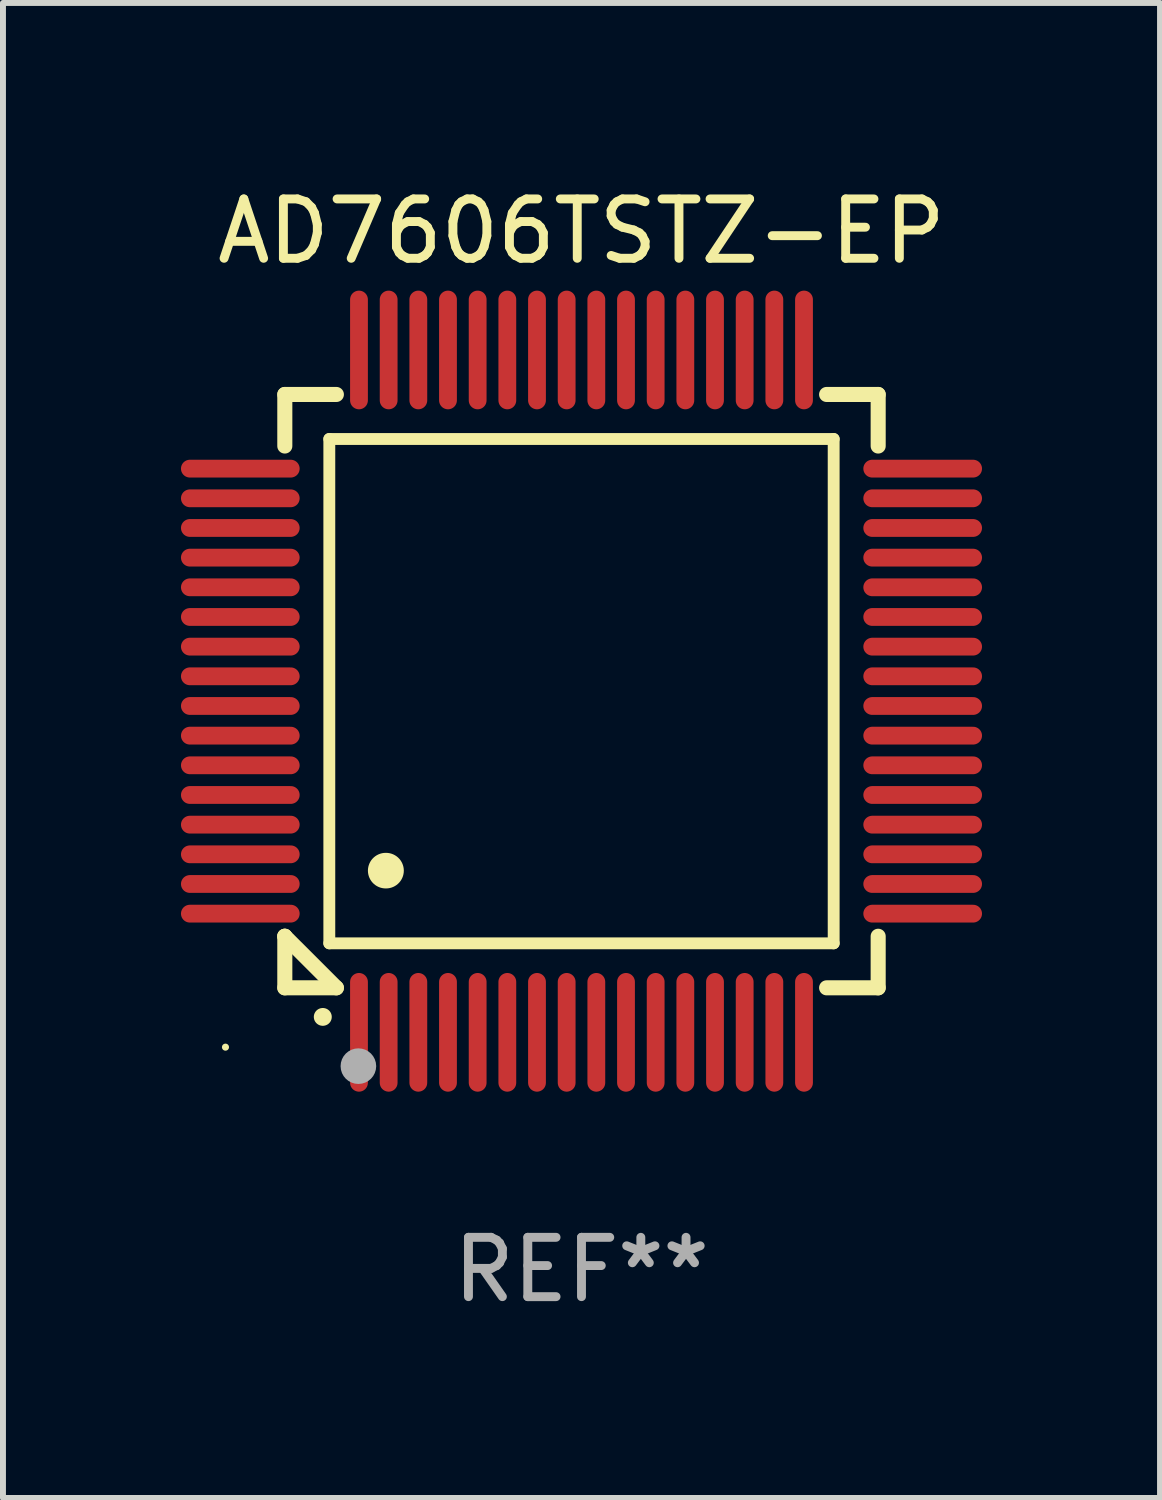
<source format=kicad_pcb>
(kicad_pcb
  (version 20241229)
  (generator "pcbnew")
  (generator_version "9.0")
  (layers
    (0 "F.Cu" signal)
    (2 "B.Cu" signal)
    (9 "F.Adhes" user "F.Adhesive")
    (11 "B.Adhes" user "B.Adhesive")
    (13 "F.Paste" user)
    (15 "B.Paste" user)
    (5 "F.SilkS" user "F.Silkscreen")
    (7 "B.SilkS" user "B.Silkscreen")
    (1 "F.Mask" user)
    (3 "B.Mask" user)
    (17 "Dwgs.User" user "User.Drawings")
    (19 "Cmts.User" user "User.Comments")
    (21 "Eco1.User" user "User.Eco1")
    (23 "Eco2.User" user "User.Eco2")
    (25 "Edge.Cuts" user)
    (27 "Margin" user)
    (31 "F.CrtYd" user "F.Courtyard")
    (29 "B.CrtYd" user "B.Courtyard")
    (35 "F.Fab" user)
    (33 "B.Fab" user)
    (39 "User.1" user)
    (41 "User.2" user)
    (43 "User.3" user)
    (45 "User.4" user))
  (footprint "AD7606TSTZ-EP"
    (layer "F.Cu")
    (at 6.75 8.598)
    (property "Reference" "AD7606TSTZ-EP" (at 0 -7.75 0) (layer "F.SilkS") (effects (font (size 1 1) (thickness 0.15))))
    (attr through_hole)
    (fp_line (start -5 -5) (end -4.131 -5) (stroke (width 0.254) (type solid)) (layer "F.SilkS"))
    (fp_line (start -5 -4.131) (end -5 -5) (stroke (width 0.254) (type solid)) (layer "F.SilkS"))
    (fp_line (start -5 4.131) (end -5 4.131) (stroke (width 0.254) (type solid)) (layer "F.SilkS"))
    (fp_line (start -5 5) (end -5 4.131) (stroke (width 0.254) (type solid)) (layer "F.SilkS"))
    (fp_line (start -5 4.131) (end -4.131 5) (stroke (width 0.254) (type solid)) (layer "F.SilkS"))
    (fp_line (start -4.25 -4.25) (end -4.25 4.25) (stroke (width 0.2) (type solid)) (layer "F.SilkS"))
    (fp_line (start -4.25 4.25) (end 4.25 4.25) (stroke (width 0.2) (type solid)) (layer "F.SilkS"))
    (fp_line (start -4.131 5) (end -5 5) (stroke (width 0.254) (type solid)) (layer "F.SilkS"))
    (fp_line (start 4.25 -4.25) (end -4.25 -4.25) (stroke (width 0.2) (type solid)) (layer "F.SilkS"))
    (fp_line (start 4.25 4.25) (end 4.25 -4.25) (stroke (width 0.2) (type solid)) (layer "F.SilkS"))
    (fp_line (start 5 -5) (end 4.131 -5) (stroke (width 0.254) (type solid)) (layer "F.SilkS"))
    (fp_line (start 5 -5) (end 5 -4.131) (stroke (width 0.254) (type solid)) (layer "F.SilkS"))
    (fp_line (start 5 4.131) (end 5 5) (stroke (width 0.254) (type solid)) (layer "F.SilkS"))
    (fp_line (start 5 5) (end 4.131 5) (stroke (width 0.254) (type solid)) (layer "F.SilkS"))
    (fp_arc (start -4.361265 5.489992) (mid -4.359995 5.489987) (end -4.358725 5.489992) (stroke (width 0.3) (type solid)) (layer "F.SilkS"))
    (fp_arc (start -3.299467 3.025146) (mid -3.296927 3.025135) (end -3.294387 3.025146) (stroke (width 0.6) (type solid)) (layer "F.SilkS"))
    (fp_circle (center -6 6) (end -5.97 6) (stroke (width 0.06) (type solid)) (fill no) (layer "F.SilkS"))
    (fp_circle (center -3.76 6.32) (end -3.61 6.32) (stroke (width 0.3) (type solid)) (fill no) (layer "F.Fab"))
    (fp_text user "REF**" (at 0 9.75 0) (layer "F.Fab") (effects (font (size 1 1) (thickness 0.15))))
    (pad "1" smd oval (at -3.75 5.75) (size 0.3 2) (layers "F.Cu" "F.Mask" "F.Paste"))
    (pad "2" smd oval (at -3.25 5.75) (size 0.3 2) (layers "F.Cu" "F.Mask" "F.Paste"))
    (pad "3" smd oval (at -2.75 5.75) (size 0.3 2) (layers "F.Cu" "F.Mask" "F.Paste"))
    (pad "4" smd oval (at -2.25 5.75) (size 0.3 2) (layers "F.Cu" "F.Mask" "F.Paste"))
    (pad "5" smd oval (at -1.75 5.75) (size 0.3 2) (layers "F.Cu" "F.Mask" "F.Paste"))
    (pad "6" smd oval (at -1.25 5.75) (size 0.3 2) (layers "F.Cu" "F.Mask" "F.Paste"))
    (pad "7" smd oval (at -0.75 5.75) (size 0.3 2) (layers "F.Cu" "F.Mask" "F.Paste"))
    (pad "8" smd oval (at -0.25 5.75) (size 0.3 2) (layers "F.Cu" "F.Mask" "F.Paste"))
    (pad "9" smd oval (at 0.25 5.75) (size 0.3 2) (layers "F.Cu" "F.Mask" "F.Paste"))
    (pad "10" smd oval (at 0.75 5.75) (size 0.3 2) (layers "F.Cu" "F.Mask" "F.Paste"))
    (pad "11" smd oval (at 1.25 5.75) (size 0.3 2) (layers "F.Cu" "F.Mask" "F.Paste"))
    (pad "12" smd oval (at 1.75 5.75) (size 0.3 2) (layers "F.Cu" "F.Mask" "F.Paste"))
    (pad "13" smd oval (at 2.25 5.75) (size 0.3 2) (layers "F.Cu" "F.Mask" "F.Paste"))
    (pad "14" smd oval (at 2.75 5.75) (size 0.3 2) (layers "F.Cu" "F.Mask" "F.Paste"))
    (pad "15" smd oval (at 3.25 5.75) (size 0.3 2) (layers "F.Cu" "F.Mask" "F.Paste"))
    (pad "16" smd oval (at 3.75 5.75) (size 0.3 2) (layers "F.Cu" "F.Mask" "F.Paste"))
    (pad "17" smd oval (at 5.75 3.75) (size 2 0.3) (layers "F.Cu" "F.Mask" "F.Paste"))
    (pad "18" smd oval (at 5.75 3.25) (size 2 0.3) (layers "F.Cu" "F.Mask" "F.Paste"))
    (pad "19" smd oval (at 5.75 2.75) (size 2 0.3) (layers "F.Cu" "F.Mask" "F.Paste"))
    (pad "20" smd oval (at 5.75 2.25) (size 2 0.3) (layers "F.Cu" "F.Mask" "F.Paste"))
    (pad "21" smd oval (at 5.75 1.75) (size 2 0.3) (layers "F.Cu" "F.Mask" "F.Paste"))
    (pad "22" smd oval (at 5.75 1.25) (size 2 0.3) (layers "F.Cu" "F.Mask" "F.Paste"))
    (pad "23" smd oval (at 5.75 0.75) (size 2 0.3) (layers "F.Cu" "F.Mask" "F.Paste"))
    (pad "24" smd oval (at 5.75 0.25) (size 2 0.3) (layers "F.Cu" "F.Mask" "F.Paste"))
    (pad "25" smd oval (at 5.75 -0.25) (size 2 0.3) (layers "F.Cu" "F.Mask" "F.Paste"))
    (pad "26" smd oval (at 5.75 -0.75) (size 2 0.3) (layers "F.Cu" "F.Mask" "F.Paste"))
    (pad "27" smd oval (at 5.75 -1.25) (size 2 0.3) (layers "F.Cu" "F.Mask" "F.Paste"))
    (pad "28" smd oval (at 5.75 -1.75) (size 2 0.3) (layers "F.Cu" "F.Mask" "F.Paste"))
    (pad "29" smd oval (at 5.75 -2.25) (size 2 0.3) (layers "F.Cu" "F.Mask" "F.Paste"))
    (pad "30" smd oval (at 5.75 -2.75) (size 2 0.3) (layers "F.Cu" "F.Mask" "F.Paste"))
    (pad "31" smd oval (at 5.75 -3.25) (size 2 0.3) (layers "F.Cu" "F.Mask" "F.Paste"))
    (pad "32" smd oval (at 5.75 -3.75) (size 2 0.3) (layers "F.Cu" "F.Mask" "F.Paste"))
    (pad "33" smd oval (at 3.75 -5.75) (size 0.3 2) (layers "F.Cu" "F.Mask" "F.Paste"))
    (pad "34" smd oval (at 3.25 -5.75) (size 0.3 2) (layers "F.Cu" "F.Mask" "F.Paste"))
    (pad "35" smd oval (at 2.75 -5.75) (size 0.3 2) (layers "F.Cu" "F.Mask" "F.Paste"))
    (pad "36" smd oval (at 2.25 -5.75) (size 0.3 2) (layers "F.Cu" "F.Mask" "F.Paste"))
    (pad "37" smd oval (at 1.75 -5.75) (size 0.3 2) (layers "F.Cu" "F.Mask" "F.Paste"))
    (pad "38" smd oval (at 1.25 -5.75) (size 0.3 2) (layers "F.Cu" "F.Mask" "F.Paste"))
    (pad "39" smd oval (at 0.75 -5.75) (size 0.3 2) (layers "F.Cu" "F.Mask" "F.Paste"))
    (pad "40" smd oval (at 0.25 -5.75) (size 0.3 2) (layers "F.Cu" "F.Mask" "F.Paste"))
    (pad "41" smd oval (at -0.25 -5.75) (size 0.3 2) (layers "F.Cu" "F.Mask" "F.Paste"))
    (pad "42" smd oval (at -0.75 -5.75) (size 0.3 2) (layers "F.Cu" "F.Mask" "F.Paste"))
    (pad "43" smd oval (at -1.25 -5.75) (size 0.3 2) (layers "F.Cu" "F.Mask" "F.Paste"))
    (pad "44" smd oval (at -1.75 -5.75) (size 0.3 2) (layers "F.Cu" "F.Mask" "F.Paste"))
    (pad "45" smd oval (at -2.25 -5.75) (size 0.3 2) (layers "F.Cu" "F.Mask" "F.Paste"))
    (pad "46" smd oval (at -2.75 -5.75) (size 0.3 2) (layers "F.Cu" "F.Mask" "F.Paste"))
    (pad "47" smd oval (at -3.25 -5.75) (size 0.3 2) (layers "F.Cu" "F.Mask" "F.Paste"))
    (pad "48" smd oval (at -3.75 -5.75) (size 0.3 2) (layers "F.Cu" "F.Mask" "F.Paste"))
    (pad "49" smd oval (at -5.75 -3.75) (size 2 0.3) (layers "F.Cu" "F.Mask" "F.Paste"))
    (pad "50" smd oval (at -5.75 -3.25) (size 2 0.3) (layers "F.Cu" "F.Mask" "F.Paste"))
    (pad "51" smd oval (at -5.75 -2.75) (size 2 0.3) (layers "F.Cu" "F.Mask" "F.Paste"))
    (pad "52" smd oval (at -5.75 -2.25) (size 2 0.3) (layers "F.Cu" "F.Mask" "F.Paste"))
    (pad "53" smd oval (at -5.75 -1.75) (size 2 0.3) (layers "F.Cu" "F.Mask" "F.Paste"))
    (pad "54" smd oval (at -5.75 -1.25) (size 2 0.3) (layers "F.Cu" "F.Mask" "F.Paste"))
    (pad "55" smd oval (at -5.75 -0.75) (size 2 0.3) (layers "F.Cu" "F.Mask" "F.Paste"))
    (pad "56" smd oval (at -5.75 -0.25) (size 2 0.3) (layers "F.Cu" "F.Mask" "F.Paste"))
    (pad "57" smd oval (at -5.75 0.25) (size 2 0.3) (layers "F.Cu" "F.Mask" "F.Paste"))
    (pad "58" smd oval (at -5.75 0.75) (size 2 0.3) (layers "F.Cu" "F.Mask" "F.Paste"))
    (pad "59" smd oval (at -5.75 1.25) (size 2 0.3) (layers "F.Cu" "F.Mask" "F.Paste"))
    (pad "60" smd oval (at -5.75 1.75) (size 2 0.3) (layers "F.Cu" "F.Mask" "F.Paste"))
    (pad "61" smd oval (at -5.75 2.25) (size 2 0.3) (layers "F.Cu" "F.Mask" "F.Paste"))
    (pad "62" smd oval (at -5.75 2.75) (size 2 0.3) (layers "F.Cu" "F.Mask" "F.Paste"))
    (pad "63" smd oval (at -5.75 3.25) (size 2 0.3) (layers "F.Cu" "F.Mask" "F.Paste"))
    (pad "64" smd oval (at -5.75 3.75) (size 2 0.3) (layers "F.Cu" "F.Mask" "F.Paste")))
  (gr_rect
    (start -3 -3)
    (end 16.5 22.196)
    (stroke (width 0.1) (type default))
    (fill no)
    (layer "Edge.Cuts")))
</source>
